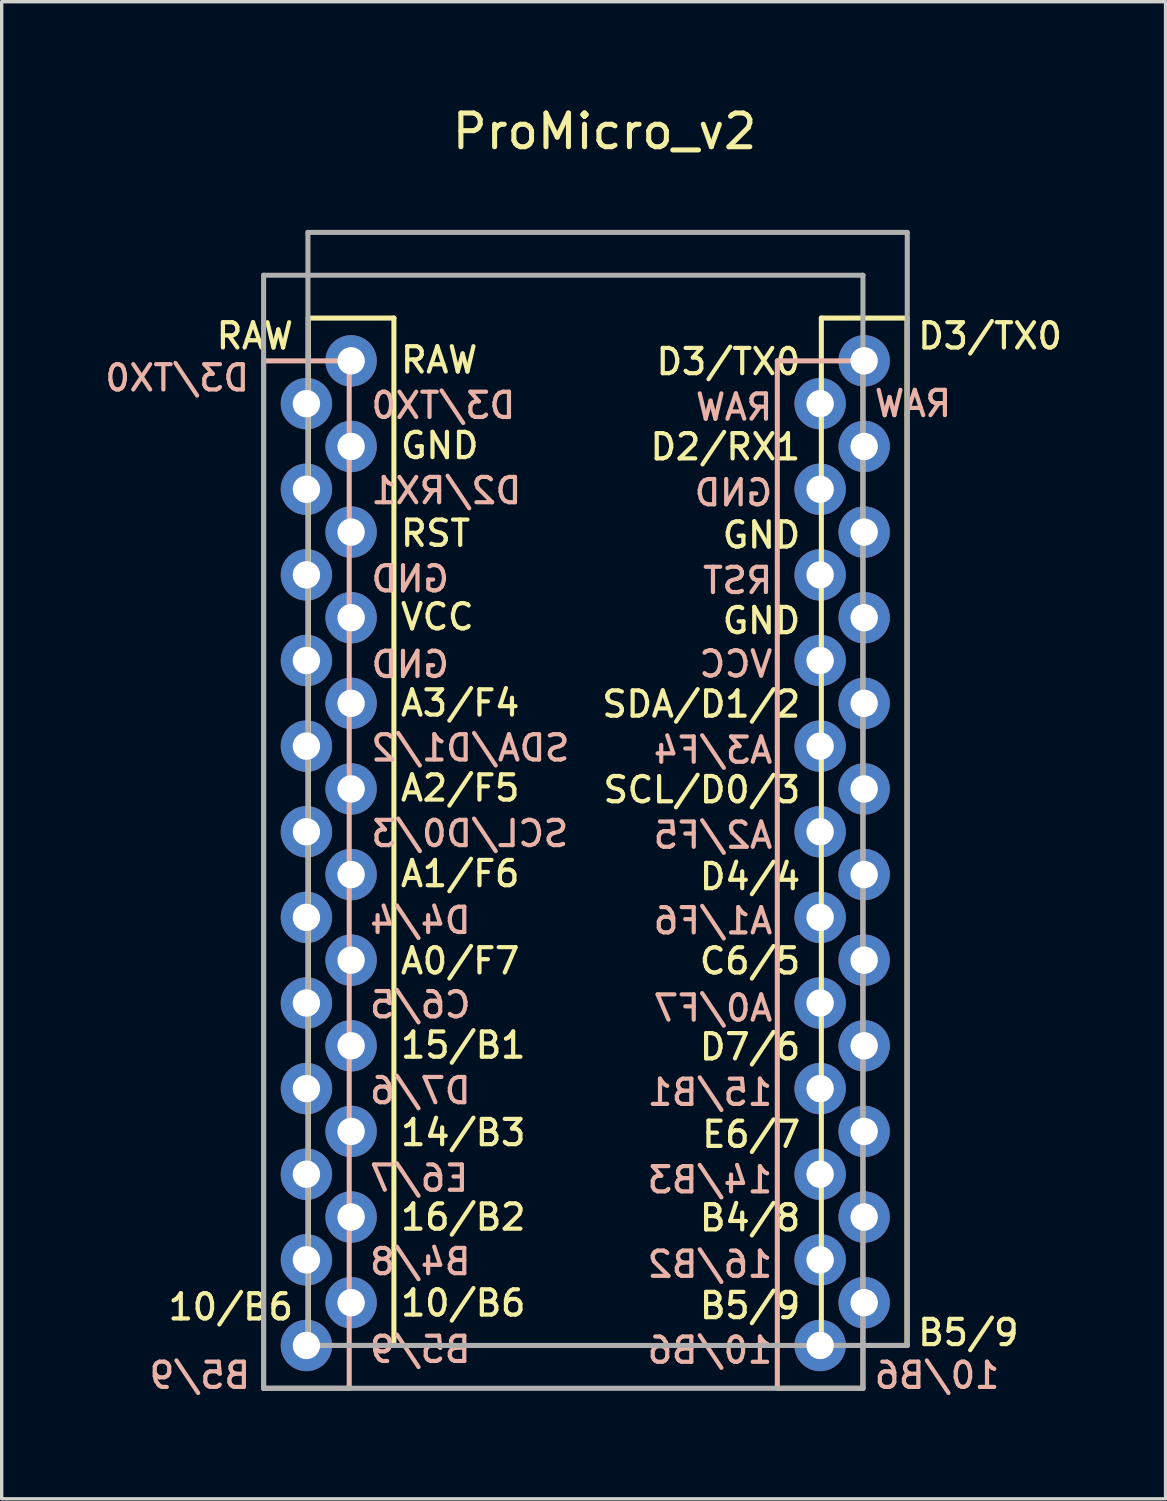
<source format=kicad_pcb>
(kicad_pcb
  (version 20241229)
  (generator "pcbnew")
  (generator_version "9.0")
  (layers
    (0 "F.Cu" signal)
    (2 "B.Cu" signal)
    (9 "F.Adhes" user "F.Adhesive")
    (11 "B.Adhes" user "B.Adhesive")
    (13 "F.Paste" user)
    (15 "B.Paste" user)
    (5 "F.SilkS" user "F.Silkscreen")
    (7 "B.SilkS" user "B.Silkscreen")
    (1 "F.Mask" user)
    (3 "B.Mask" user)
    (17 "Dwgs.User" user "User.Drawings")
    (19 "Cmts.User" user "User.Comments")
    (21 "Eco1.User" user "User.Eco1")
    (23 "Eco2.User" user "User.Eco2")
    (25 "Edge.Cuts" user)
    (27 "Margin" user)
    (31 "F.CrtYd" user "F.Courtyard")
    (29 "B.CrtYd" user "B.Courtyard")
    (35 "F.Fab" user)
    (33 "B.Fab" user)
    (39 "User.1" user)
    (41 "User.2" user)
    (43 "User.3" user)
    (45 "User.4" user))
  (footprint "ProMicro_v2"
    (layer "F.Cu")
    (at 14.93 22.133)
    (property "Reference" "ProMicro_v2" (at -0.045 -21.285 0) (layer "F.SilkS") (effects (font (size 1 1) (thickness 0.15))))
    (attr through_hole)
    (fp_line (start -8.834 -15.748) (end -6.294 -15.748) (stroke (width 0.15) (type solid)) (layer "F.SilkS"))
    (fp_line (start -8.834 14.732) (end -8.834 -15.748) (stroke (width 0.15) (type solid)) (layer "F.SilkS"))
    (fp_line (start -6.294 -15.748) (end -6.294 14.732) (stroke (width 0.15) (type solid)) (layer "F.SilkS"))
    (fp_line (start -6.294 14.732) (end -8.834 14.732) (stroke (width 0.15) (type solid)) (layer "F.SilkS"))
    (fp_line (start 6.386 -15.748) (end 8.926 -15.748) (stroke (width 0.15) (type solid)) (layer "F.SilkS"))
    (fp_line (start 6.386 14.732) (end 6.386 -15.748) (stroke (width 0.15) (type solid)) (layer "F.SilkS"))
    (fp_line (start 8.926 -15.748) (end 8.926 14.732) (stroke (width 0.15) (type solid)) (layer "F.SilkS"))
    (fp_line (start 8.926 14.732) (end 6.386 14.732) (stroke (width 0.15) (type solid)) (layer "F.SilkS"))
    (fp_line (start -10.16 -14.478) (end -7.62 -14.478) (stroke (width 0.15) (type solid)) (layer "B.SilkS"))
    (fp_line (start -10.16 16.002) (end -10.16 -14.478) (stroke (width 0.15) (type solid)) (layer "B.SilkS"))
    (fp_line (start -7.62 -14.478) (end -7.62 16.002) (stroke (width 0.15) (type solid)) (layer "B.SilkS"))
    (fp_line (start -7.62 16.002) (end -10.16 16.002) (stroke (width 0.15) (type solid)) (layer "B.SilkS"))
    (fp_line (start 5.08 -14.478) (end 7.62 -14.478) (stroke (width 0.15) (type solid)) (layer "B.SilkS"))
    (fp_line (start 5.08 16.002) (end 5.08 -14.478) (stroke (width 0.15) (type solid)) (layer "B.SilkS"))
    (fp_line (start 7.62 -14.478) (end 7.62 16.002) (stroke (width 0.15) (type solid)) (layer "B.SilkS"))
    (fp_line (start 7.62 16.002) (end 5.08 16.002) (stroke (width 0.15) (type solid)) (layer "B.SilkS"))
    (fp_line (start -10.16 -17.018) (end 7.62 -17.018) (stroke (width 0.15) (type solid)) (layer "F.Fab"))
    (fp_line (start -10.16 16.002) (end -10.16 -17.018) (stroke (width 0.15) (type solid)) (layer "F.Fab"))
    (fp_line (start -8.845 -18.288) (end 8.935 -18.288) (stroke (width 0.15) (type solid)) (layer "F.Fab"))
    (fp_line (start -8.845 14.732) (end -8.845 -18.288) (stroke (width 0.15) (type solid)) (layer "F.Fab"))
    (fp_line (start 7.62 -17.018) (end 7.62 16.002) (stroke (width 0.15) (type solid)) (layer "F.Fab"))
    (fp_line (start 7.62 16.002) (end -10.16 16.002) (stroke (width 0.15) (type solid)) (layer "F.Fab"))
    (fp_line (start 8.935 -18.288) (end 8.935 14.732) (stroke (width 0.15) (type solid)) (layer "F.Fab"))
    (fp_line (start 8.935 14.732) (end -8.845 14.732) (stroke (width 0.15) (type solid)) (layer "F.Fab"))
    (fp_text user "D3/TX0" (at 13.598 -15.215 0) (layer "F.SilkS") (effects (font (size 0.75 0.75) (thickness 0.125)) (justify right)))
    (fp_text user "A2/F5" (at -6.16 -1.803 0) (layer "F.SilkS") (effects (font (size 0.75 0.75) (thickness 0.125)) (justify left)))
    (fp_text user "14/B3" (at -6.16 8.42 0) (layer "F.SilkS") (effects (font (size 0.75 0.75) (thickness 0.125)) (justify left)))
    (fp_text user "D2/RX1" (at 5.835 -11.925 0) (layer "F.SilkS") (effects (font (size 0.75 0.75) (thickness 0.125)) (justify right)))
    (fp_text user "C6/5" (at 5.835 3.327 0) (layer "F.SilkS") (effects (font (size 0.75 0.75) (thickness 0.125)) (justify right)))
    (fp_text user "A0/F7" (at -6.16 3.325 0) (layer "F.SilkS") (effects (font (size 0.75 0.75) (thickness 0.125)) (justify left)))
    (fp_text user "RAW" (at -11.628 -15.215 180) (layer "F.SilkS") (effects (font (size 0.75 0.75) (thickness 0.125)) (justify left)))
    (fp_text user "A1/F6" (at -6.16 0.737 0) (layer "F.SilkS") (effects (font (size 0.75 0.75) (thickness 0.125)) (justify left)))
    (fp_text user "D3/TX0" (at 5.835 -14.453 0) (layer "F.SilkS") (effects (font (size 0.75 0.75) (thickness 0.125)) (justify right)))
    (fp_text user "B4/8" (at 5.835 10.947 0) (layer "F.SilkS") (effects (font (size 0.75 0.75) (thickness 0.125)) (justify right)))
    (fp_text user "SCL/D0/3" (at 5.835 -1.753 0) (layer "F.SilkS") (effects (font (size 0.75 0.75) (thickness 0.125)) (justify right)))
    (fp_text user "RAW" (at -6.16 -14.503 0) (layer "F.SilkS") (effects (font (size 0.75 0.75) (thickness 0.125)) (justify left)))
    (fp_text user "" (at -1.516 -17.225 0) (layer "F.SilkS") (effects (font (size 1 1) (thickness 0.15))))
    (fp_text user "A3/F4" (at -6.16 -4.325 0) (layer "F.SilkS") (effects (font (size 0.75 0.75) (thickness 0.125)) (justify left)))
    (fp_text user "10/B6" (at -13.056 13.589 0) (layer "F.SilkS") (effects (font (size 0.75 0.75) (thickness 0.125)) (justify left)))
    (fp_text user "D7/6" (at 5.835 5.875 0) (layer "F.SilkS") (effects (font (size 0.75 0.75) (thickness 0.125)) (justify right)))
    (fp_text user "B5/9" (at 5.835 13.551 0) (layer "F.SilkS") (effects (font (size 0.75 0.75) (thickness 0.125)) (justify right)))
    (fp_text user "VCC" (at -6.16 -6.883 0) (layer "F.SilkS") (effects (font (size 0.75 0.75) (thickness 0.125)) (justify left)))
    (fp_text user "GND" (at 5.835 -6.769 0) (layer "F.SilkS") (effects (font (size 0.75 0.75) (thickness 0.125)) (justify right)))
    (fp_text user "SDA/D1/2" (at 5.835 -4.293 0) (layer "F.SilkS") (effects (font (size 0.75 0.75) (thickness 0.125)) (justify right)))
    (fp_text user "E6/7" (at 5.835 8.471 0) (layer "F.SilkS") (effects (font (size 0.75 0.75) (thickness 0.125)) (justify right)))
    (fp_text user "B5/9" (at 12.312 14.351 0) (layer "F.SilkS") (effects (font (size 0.75 0.75) (thickness 0.125)) (justify right)))
    (fp_text user "GND" (at 5.835 -9.309 0) (layer "F.SilkS") (effects (font (size 0.75 0.75) (thickness 0.125)) (justify right)))
    (fp_text user "GND" (at -6.16 -11.963 0) (layer "F.SilkS") (effects (font (size 0.75 0.75) (thickness 0.125)) (justify left)))
    (fp_text user "D4/4" (at 5.835 0.825 0) (layer "F.SilkS") (effects (font (size 0.75 0.75) (thickness 0.125)) (justify right)))
    (fp_text user "10/B6" (at -6.16 13.475 0) (layer "F.SilkS") (effects (font (size 0.75 0.75) (thickness 0.125)) (justify left)))
    (fp_text user "16/B2" (at -6.16 10.925 0) (layer "F.SilkS") (effects (font (size 0.75 0.75) (thickness 0.125)) (justify left)))
    (fp_text user "15/B1" (at -6.16 5.825 0) (layer "F.SilkS") (effects (font (size 0.75 0.75) (thickness 0.125)) (justify left)))
    (fp_text user "RST" (at -6.16 -9.36 0) (layer "F.SilkS") (effects (font (size 0.75 0.75) (thickness 0.125)) (justify left)))
    (fp_text user "GND" (at -7.035 -5.469 0) (layer "B.SilkS") (effects (font (size 0.75 0.75) (thickness 0.125)) (justify right mirror)))
    (fp_text user "B4/8" (at -3.946 12.247 0) (layer "B.SilkS") (effects (font (size 0.75 0.75) (thickness 0.125)) (justify left mirror)))
    (fp_text user "RST" (at 2.803 -7.96 0) (layer "B.SilkS") (effects (font (size 0.75 0.75) (thickness 0.125)) (justify right mirror)))
    (fp_text user "D2/RX1" (at -7.035 -10.625 0) (layer "B.SilkS") (effects (font (size 0.75 0.75) (thickness 0.125)) (justify right mirror)))
    (fp_text user "" (at -2.223 -16.231 0) (layer "B.SilkS") (effects (font (size 1 1) (thickness 0.15)) (justify mirror)))
    (fp_text user "D4/4" (at -3.946 2.125 0) (layer "B.SilkS") (effects (font (size 0.75 0.75) (thickness 0.125)) (justify left mirror)))
    (fp_text user "D3/TX0" (at -14.93 -13.97 180) (layer "B.SilkS") (effects (font (size 0.75 0.75) (thickness 0.125)) (justify right mirror)))
    (fp_text user "E6/7" (at -4.017 9.771 0) (layer "B.SilkS") (effects (font (size 0.75 0.75) (thickness 0.125)) (justify left mirror)))
    (fp_text user "D7/6" (at -3.946 7.175 0) (layer "B.SilkS") (effects (font (size 0.75 0.75) (thickness 0.125)) (justify left mirror)))
    (fp_text user "GND" (at -7.035 -8.009 0) (layer "B.SilkS") (effects (font (size 0.75 0.75) (thickness 0.125)) (justify right mirror)))
    (fp_text user "D3/TX0" (at -7.035 -13.153 0) (layer "B.SilkS") (effects (font (size 0.75 0.75) (thickness 0.125)) (justify right mirror)))
    (fp_text user "SCL/D0/3" (at -7.035 -0.453 0) (layer "B.SilkS") (effects (font (size 0.75 0.75) (thickness 0.125)) (justify right mirror)))
    (fp_text user "B5/9" (at -10.485 15.621 180) (layer "B.SilkS") (effects (font (size 0.75 0.75) (thickness 0.125)) (justify left mirror)))
    (fp_text user "A1/F6" (at 1.339 2.137 0) (layer "B.SilkS") (effects (font (size 0.75 0.75) (thickness 0.125)) (justify right mirror)))
    (fp_text user "SDA/D1/2" (at -7.035 -2.993 0) (layer "B.SilkS") (effects (font (size 0.75 0.75) (thickness 0.125)) (justify right mirror)))
    (fp_text user "A0/F7" (at 1.339 4.725 0) (layer "B.SilkS") (effects (font (size 0.75 0.75) (thickness 0.125)) (justify right mirror)))
    (fp_text user "A3/F4" (at 1.339 -2.925 0) (layer "B.SilkS") (effects (font (size 0.75 0.75) (thickness 0.125)) (justify right mirror)))
    (fp_text user "10/B6" (at 1.16 14.875 0) (layer "B.SilkS") (effects (font (size 0.75 0.75) (thickness 0.125)) (justify right mirror)))
    (fp_text user "10/B6" (at 11.74 15.621 0) (layer "B.SilkS") (effects (font (size 0.75 0.75) (thickness 0.125)) (justify left mirror)))
    (fp_text user "GND" (at 2.553 -10.563 0) (layer "B.SilkS") (effects (font (size 0.75 0.75) (thickness 0.125)) (justify right mirror)))
    (fp_text user "B5/9" (at -3.946 14.851 0) (layer "B.SilkS") (effects (font (size 0.75 0.75) (thickness 0.125)) (justify left mirror)))
    (fp_text user "RAW" (at 10.312 -13.208 0) (layer "B.SilkS") (effects (font (size 0.75 0.75) (thickness 0.125)) (justify left mirror)))
    (fp_text user "VCC" (at 2.696 -5.483 0) (layer "B.SilkS") (effects (font (size 0.75 0.75) (thickness 0.125)) (justify right mirror)))
    (fp_text user "14/B3" (at 1.16 9.82 0) (layer "B.SilkS") (effects (font (size 0.75 0.75) (thickness 0.125)) (justify right mirror)))
    (fp_text user "C6/5" (at -3.946 4.627 0) (layer "B.SilkS") (effects (font (size 0.75 0.75) (thickness 0.125)) (justify left mirror)))
    (fp_text user "RAW" (at 2.589 -13.103 0) (layer "B.SilkS") (effects (font (size 0.75 0.75) (thickness 0.125)) (justify right mirror)))
    (fp_text user "16/B2" (at 1.16 12.325 0) (layer "B.SilkS") (effects (font (size 0.75 0.75) (thickness 0.125)) (justify right mirror)))
    (fp_text user "A2/F5" (at 1.339 -0.403 0) (layer "B.SilkS") (effects (font (size 0.75 0.75) (thickness 0.125)) (justify right mirror)))
    (fp_text user "15/B1" (at 1.16 7.225 0) (layer "B.SilkS") (effects (font (size 0.75 0.75) (thickness 0.125)) (justify right mirror)))
    (pad "1" thru_hole circle (at -8.89 -13.208) (size 1.524 1.524) (drill 0.813) (layers "*.Cu" "*.Mask"))
    (pad "1" thru_hole circle (at 7.656 -14.478) (size 1.524 1.524) (drill 0.813) (layers "*.Cu" "*.Mask"))
    (pad "2" thru_hole circle (at -8.89 -10.668) (size 1.524 1.524) (drill 0.813) (layers "*.Cu" "*.Mask"))
    (pad "2" thru_hole circle (at 7.656 -11.938) (size 1.524 1.524) (drill 0.813) (layers "*.Cu" "*.Mask"))
    (pad "3" thru_hole circle (at -8.89 -8.128) (size 1.524 1.524) (drill 0.813) (layers "*.Cu" "*.Mask"))
    (pad "3" thru_hole circle (at 7.656 -9.398) (size 1.524 1.524) (drill 0.813) (layers "*.Cu" "*.Mask"))
    (pad "4" thru_hole circle (at -8.89 -5.588) (size 1.524 1.524) (drill 0.813) (layers "*.Cu" "*.Mask"))
    (pad "4" thru_hole circle (at 7.656 -6.858) (size 1.524 1.524) (drill 0.813) (layers "*.Cu" "*.Mask"))
    (pad "5" thru_hole circle (at -8.89 -3.048) (size 1.524 1.524) (drill 0.813) (layers "*.Cu" "*.Mask"))
    (pad "5" thru_hole circle (at 7.656 -4.318) (size 1.524 1.524) (drill 0.813) (layers "*.Cu" "*.Mask"))
    (pad "6" thru_hole circle (at -8.89 -0.508) (size 1.524 1.524) (drill 0.813) (layers "*.Cu" "*.Mask"))
    (pad "6" thru_hole circle (at 7.656 -1.778) (size 1.524 1.524) (drill 0.813) (layers "*.Cu" "*.Mask"))
    (pad "7" thru_hole circle (at -8.89 2.032) (size 1.524 1.524) (drill 0.813) (layers "*.Cu" "*.Mask"))
    (pad "7" thru_hole circle (at 7.656 0.762) (size 1.524 1.524) (drill 0.813) (layers "*.Cu" "*.Mask"))
    (pad "8" thru_hole circle (at -8.89 4.572) (size 1.524 1.524) (drill 0.813) (layers "*.Cu" "*.Mask"))
    (pad "8" thru_hole circle (at 7.656 3.302) (size 1.524 1.524) (drill 0.813) (layers "*.Cu" "*.Mask"))
    (pad "9" thru_hole circle (at -8.89 7.112) (size 1.524 1.524) (drill 0.813) (layers "*.Cu" "*.Mask"))
    (pad "9" thru_hole circle (at 7.656 5.842) (size 1.524 1.524) (drill 0.813) (layers "*.Cu" "*.Mask"))
    (pad "10" thru_hole circle (at -8.89 9.652) (size 1.524 1.524) (drill 0.813) (layers "*.Cu" "*.Mask"))
    (pad "10" thru_hole circle (at 7.656 8.382) (size 1.524 1.524) (drill 0.813) (layers "*.Cu" "*.Mask"))
    (pad "11" thru_hole circle (at -8.89 12.192) (size 1.524 1.524) (drill 0.813) (layers "*.Cu" "*.Mask"))
    (pad "11" thru_hole circle (at 7.656 10.922) (size 1.524 1.524) (drill 0.813) (layers "*.Cu" "*.Mask"))
    (pad "12" thru_hole circle (at -8.89 14.732) (size 1.524 1.524) (drill 0.813) (layers "*.Cu" "*.Mask"))
    (pad "12" thru_hole circle (at 7.656 13.462) (size 1.524 1.524) (drill 0.813) (layers "*.Cu" "*.Mask"))
    (pad "13" thru_hole circle (at -7.564 13.462) (size 1.524 1.524) (drill 0.813) (layers "*.Cu" "*.Mask"))
    (pad "13" thru_hole circle (at 6.35 14.732) (size 1.524 1.524) (drill 0.813) (layers "*.Cu" "*.Mask"))
    (pad "14" thru_hole circle (at -7.564 10.922) (size 1.524 1.524) (drill 0.813) (layers "*.Cu" "*.Mask"))
    (pad "14" thru_hole circle (at 6.35 12.192) (size 1.524 1.524) (drill 0.813) (layers "*.Cu" "*.Mask"))
    (pad "15" thru_hole circle (at -7.564 8.382) (size 1.524 1.524) (drill 0.813) (layers "*.Cu" "*.Mask"))
    (pad "15" thru_hole circle (at 6.35 9.652) (size 1.524 1.524) (drill 0.813) (layers "*.Cu" "*.Mask"))
    (pad "16" thru_hole circle (at -7.564 5.842) (size 1.524 1.524) (drill 0.813) (layers "*.Cu" "*.Mask"))
    (pad "16" thru_hole circle (at 6.35 7.112) (size 1.524 1.524) (drill 0.813) (layers "*.Cu" "*.Mask"))
    (pad "17" thru_hole circle (at -7.564 3.302) (size 1.524 1.524) (drill 0.813) (layers "*.Cu" "*.Mask"))
    (pad "17" thru_hole circle (at 6.35 4.572) (size 1.524 1.524) (drill 0.813) (layers "*.Cu" "*.Mask"))
    (pad "18" thru_hole circle (at -7.564 0.762) (size 1.524 1.524) (drill 0.813) (layers "*.Cu" "*.Mask"))
    (pad "18" thru_hole circle (at 6.35 2.032) (size 1.524 1.524) (drill 0.813) (layers "*.Cu" "*.Mask"))
    (pad "19" thru_hole circle (at -7.564 -1.778) (size 1.524 1.524) (drill 0.813) (layers "*.Cu" "*.Mask"))
    (pad "19" thru_hole circle (at 6.35 -0.508) (size 1.524 1.524) (drill 0.813) (layers "*.Cu" "*.Mask"))
    (pad "20" thru_hole circle (at -7.564 -4.318) (size 1.524 1.524) (drill 0.813) (layers "*.Cu" "*.Mask"))
    (pad "20" thru_hole circle (at 6.35 -3.048) (size 1.524 1.524) (drill 0.813) (layers "*.Cu" "*.Mask"))
    (pad "21" thru_hole circle (at -7.564 -6.858) (size 1.524 1.524) (drill 0.813) (layers "*.Cu" "*.Mask"))
    (pad "21" thru_hole circle (at 6.35 -5.588) (size 1.524 1.524) (drill 0.813) (layers "*.Cu" "*.Mask"))
    (pad "22" thru_hole circle (at -7.564 -9.398) (size 1.524 1.524) (drill 0.813) (layers "*.Cu" "*.Mask"))
    (pad "22" thru_hole circle (at 6.35 -8.128) (size 1.524 1.524) (drill 0.813) (layers "*.Cu" "*.Mask"))
    (pad "23" thru_hole circle (at -7.564 -11.938) (size 1.524 1.524) (drill 0.813) (layers "*.Cu" "*.Mask"))
    (pad "23" thru_hole circle (at 6.35 -10.668) (size 1.524 1.524) (drill 0.813) (layers "*.Cu" "*.Mask"))
    (pad "24" thru_hole circle (at -7.564 -14.478) (size 1.524 1.524) (drill 0.813) (layers "*.Cu" "*.Mask"))
    (pad "24" thru_hole circle (at 6.35 -13.208) (size 1.524 1.524) (drill 0.813) (layers "*.Cu" "*.Mask")))
  (gr_rect
    (start -3 -3)
    (end 31.527 41.413)
    (stroke (width 0.1) (type default))
    (fill no)
    (layer "Edge.Cuts")))
</source>
